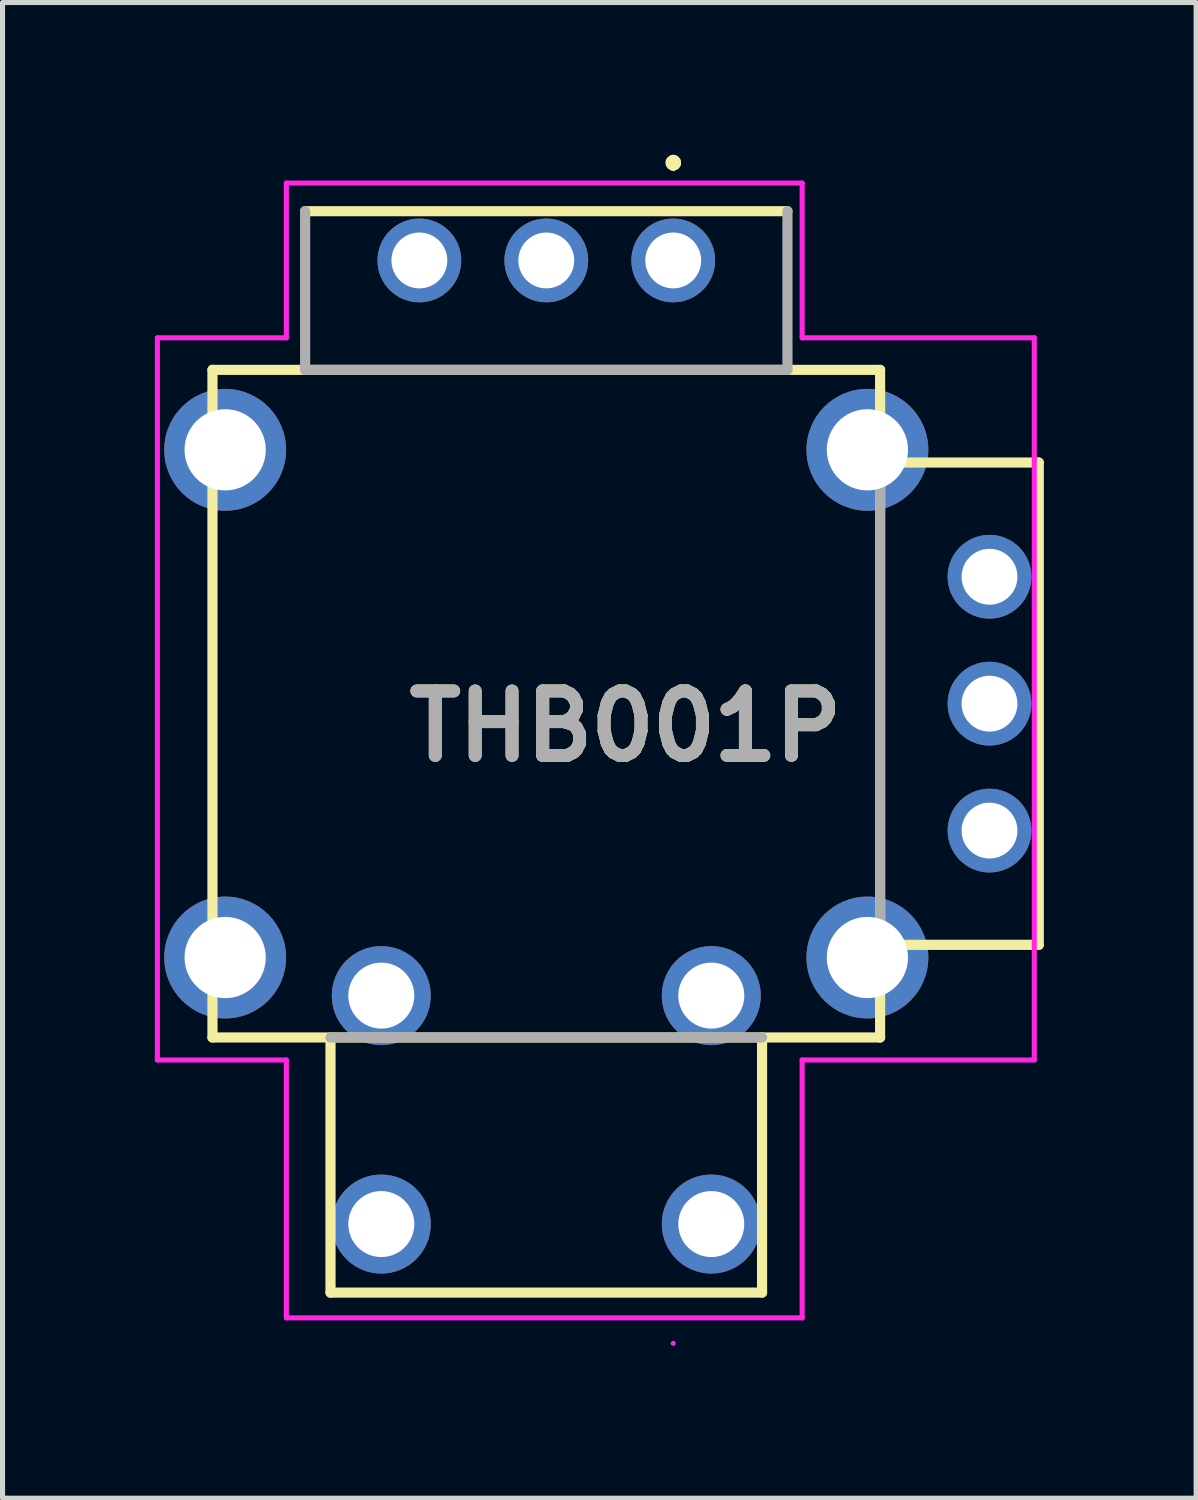
<source format=kicad_pcb>
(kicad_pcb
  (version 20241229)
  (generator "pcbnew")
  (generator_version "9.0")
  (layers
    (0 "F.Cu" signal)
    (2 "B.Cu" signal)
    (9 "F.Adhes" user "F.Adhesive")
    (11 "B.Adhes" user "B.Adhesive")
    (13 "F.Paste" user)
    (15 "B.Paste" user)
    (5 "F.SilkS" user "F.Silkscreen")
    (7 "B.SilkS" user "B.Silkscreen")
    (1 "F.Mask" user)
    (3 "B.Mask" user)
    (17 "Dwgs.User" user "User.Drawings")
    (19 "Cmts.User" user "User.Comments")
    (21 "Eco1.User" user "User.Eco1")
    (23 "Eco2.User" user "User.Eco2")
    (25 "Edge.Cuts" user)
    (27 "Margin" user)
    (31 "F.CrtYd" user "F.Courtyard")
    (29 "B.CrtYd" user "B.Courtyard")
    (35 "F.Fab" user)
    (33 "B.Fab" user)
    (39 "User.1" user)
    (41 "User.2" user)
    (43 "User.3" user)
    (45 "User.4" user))
  (footprint "THB001P"
    (layer "F.Cu")
    (at 10.21 2.08)
    (property "Reference" "THB001P" (at -0.937 9.175 0) (layer "F.SilkS") (effects (font (size 1.27 1.27) (thickness 0.254))))
    (attr through_hole)
    (fp_line (start -9.075 2.155) (end -9.075 15.305) (stroke (width 0.2) (type solid)) (layer "F.SilkS"))
    (fp_line (start -9.075 5.73) (end -9.075 5.73) (stroke (width 0.1) (type solid)) (layer "F.SilkS"))
    (fp_line (start -9.075 5.73) (end -9.075 11.73) (stroke (width 0.1) (type solid)) (layer "F.SilkS"))
    (fp_line (start -9.075 11.73) (end -9.075 5.73) (stroke (width 0.1) (type solid)) (layer "F.SilkS"))
    (fp_line (start -9.075 11.73) (end -9.075 11.73) (stroke (width 0.1) (type solid)) (layer "F.SilkS"))
    (fp_line (start -9.075 15.305) (end 4.075 15.305) (stroke (width 0.2) (type solid)) (layer "F.SilkS"))
    (fp_line (start -7.25 -0.97) (end -7.25 -0.97) (stroke (width 0.1) (type solid)) (layer "F.SilkS"))
    (fp_line (start -7.25 -0.97) (end -7.25 2.155) (stroke (width 0.1) (type solid)) (layer "F.SilkS"))
    (fp_line (start -7.25 2.155) (end -7.25 -0.97) (stroke (width 0.1) (type solid)) (layer "F.SilkS"))
    (fp_line (start -7.25 2.155) (end -7.25 2.155) (stroke (width 0.1) (type solid)) (layer "F.SilkS"))
    (fp_line (start -7.25 2.155) (end -7.25 2.155) (stroke (width 0.1) (type solid)) (layer "F.SilkS"))
    (fp_line (start -7.25 2.155) (end 2.25 2.155) (stroke (width 0.1) (type solid)) (layer "F.SilkS"))
    (fp_line (start -6.75 2.155) (end -6.75 2.155) (stroke (width 0.1) (type solid)) (layer "F.SilkS"))
    (fp_line (start -6.75 2.155) (end 1.75 2.155) (stroke (width 0.1) (type solid)) (layer "F.SilkS"))
    (fp_line (start -6.75 20.33) (end -6.75 15.305) (stroke (width 0.2) (type solid)) (layer "F.SilkS"))
    (fp_line (start -4 15.305) (end -4 15.305) (stroke (width 0.1) (type solid)) (layer "F.SilkS"))
    (fp_line (start -4 15.305) (end -1 15.305) (stroke (width 0.1) (type solid)) (layer "F.SilkS"))
    (fp_line (start -1 15.305) (end -4 15.305) (stroke (width 0.1) (type solid)) (layer "F.SilkS"))
    (fp_line (start -1 15.305) (end -1 15.305) (stroke (width 0.1) (type solid)) (layer "F.SilkS"))
    (fp_line (start 0 -1.87) (end 0 -1.87) (stroke (width 0.2) (type solid)) (layer "F.SilkS"))
    (fp_line (start 0 -1.87) (end 0 -1.87) (stroke (width 0.2) (type solid)) (layer "F.SilkS"))
    (fp_line (start 1.75 2.155) (end -6.75 2.155) (stroke (width 0.1) (type solid)) (layer "F.SilkS"))
    (fp_line (start 1.75 2.155) (end 1.75 2.155) (stroke (width 0.1) (type solid)) (layer "F.SilkS"))
    (fp_line (start 1.75 15.305) (end 1.75 20.33) (stroke (width 0.2) (type solid)) (layer "F.SilkS"))
    (fp_line (start 1.75 20.33) (end -6.75 20.33) (stroke (width 0.2) (type solid)) (layer "F.SilkS"))
    (fp_line (start 2.25 -0.97) (end -7.25 -0.97) (stroke (width 0.2) (type solid)) (layer "F.SilkS"))
    (fp_line (start 2.25 -0.97) (end 2.25 -0.97) (stroke (width 0.1) (type solid)) (layer "F.SilkS"))
    (fp_line (start 2.25 -0.97) (end 2.25 2.155) (stroke (width 0.1) (type solid)) (layer "F.SilkS"))
    (fp_line (start 2.25 2.155) (end -7.25 2.155) (stroke (width 0.1) (type solid)) (layer "F.SilkS"))
    (fp_line (start 2.25 2.155) (end 2.25 -0.97) (stroke (width 0.1) (type solid)) (layer "F.SilkS"))
    (fp_line (start 2.25 2.155) (end 2.25 2.155) (stroke (width 0.1) (type solid)) (layer "F.SilkS"))
    (fp_line (start 2.25 2.155) (end 2.25 2.155) (stroke (width 0.1) (type solid)) (layer "F.SilkS"))
    (fp_line (start 4.075 2.155) (end -9.075 2.155) (stroke (width 0.2) (type solid)) (layer "F.SilkS"))
    (fp_line (start 4.075 3.98) (end 7.2 3.98) (stroke (width 0.2) (type solid)) (layer "F.SilkS"))
    (fp_line (start 4.075 5.73) (end 4.075 5.73) (stroke (width 0.1) (type solid)) (layer "F.SilkS"))
    (fp_line (start 4.075 5.73) (end 4.075 5.73) (stroke (width 0.1) (type solid)) (layer "F.SilkS"))
    (fp_line (start 4.075 5.73) (end 4.075 11.73) (stroke (width 0.1) (type solid)) (layer "F.SilkS"))
    (fp_line (start 4.075 5.73) (end 4.075 11.73) (stroke (width 0.1) (type solid)) (layer "F.SilkS"))
    (fp_line (start 4.075 11.73) (end 4.075 5.73) (stroke (width 0.1) (type solid)) (layer "F.SilkS"))
    (fp_line (start 4.075 11.73) (end 4.075 5.73) (stroke (width 0.1) (type solid)) (layer "F.SilkS"))
    (fp_line (start 4.075 11.73) (end 4.075 11.73) (stroke (width 0.1) (type solid)) (layer "F.SilkS"))
    (fp_line (start 4.075 11.73) (end 4.075 11.73) (stroke (width 0.1) (type solid)) (layer "F.SilkS"))
    (fp_line (start 4.075 15.305) (end 4.075 2.155) (stroke (width 0.2) (type solid)) (layer "F.SilkS"))
    (fp_line (start 5.825 3.98) (end 5.825 3.98) (stroke (width 0.1) (type solid)) (layer "F.SilkS"))
    (fp_line (start 5.825 3.98) (end 7.2 3.98) (stroke (width 0.1) (type solid)) (layer "F.SilkS"))
    (fp_line (start 5.825 13.48) (end 5.825 13.48) (stroke (width 0.1) (type solid)) (layer "F.SilkS"))
    (fp_line (start 5.825 13.48) (end 7.2 13.48) (stroke (width 0.1) (type solid)) (layer "F.SilkS"))
    (fp_line (start 7.2 3.98) (end 5.825 3.98) (stroke (width 0.1) (type solid)) (layer "F.SilkS"))
    (fp_line (start 7.2 3.98) (end 7.2 3.98) (stroke (width 0.1) (type solid)) (layer "F.SilkS"))
    (fp_line (start 7.2 3.98) (end 7.2 13.48) (stroke (width 0.2) (type solid)) (layer "F.SilkS"))
    (fp_line (start 7.2 13.48) (end 4.075 13.48) (stroke (width 0.2) (type solid)) (layer "F.SilkS"))
    (fp_line (start 7.2 13.48) (end 5.825 13.48) (stroke (width 0.1) (type solid)) (layer "F.SilkS"))
    (fp_line (start 7.2 13.48) (end 7.2 13.48) (stroke (width 0.1) (type solid)) (layer "F.SilkS"))
    (fp_arc (start 0 -1.98) (mid 0.055 -1.925) (end 0 -1.87) (stroke (width 0.2) (type solid)) (layer "F.SilkS"))
    (fp_arc (start 0 -1.98) (mid 0.055 -1.925) (end 0 -1.87) (stroke (width 0.2) (type solid)) (layer "F.SilkS"))
    (fp_arc (start 0 -1.87) (mid -0.055 -1.925) (end 0 -1.98) (stroke (width 0.2) (type solid)) (layer "F.SilkS"))
    (fp_line (start -10.16 1.524) (end -10.16 15.748) (stroke (width 0.1) (type solid)) (layer "F.CrtYd"))
    (fp_line (start -10.16 1.524) (end -7.62 1.524) (stroke (width 0.1) (type solid)) (layer "F.CrtYd"))
    (fp_line (start -10.16 15.748) (end -7.62 15.748) (stroke (width 0.1) (type solid)) (layer "F.CrtYd"))
    (fp_line (start -7.62 -1.524) (end 2.54 -1.524) (stroke (width 0.1) (type solid)) (layer "F.CrtYd"))
    (fp_line (start -7.62 1.524) (end -7.62 -1.524) (stroke (width 0.1) (type solid)) (layer "F.CrtYd"))
    (fp_line (start -7.62 20.828) (end -7.62 15.748) (stroke (width 0.1) (type solid)) (layer "F.CrtYd"))
    (fp_line (start -7.62 20.828) (end 2.54 20.828) (stroke (width 0.1) (type solid)) (layer "F.CrtYd"))
    (fp_line (start 0 21.33) (end 0 21.33) (stroke (width 0.1) (type solid)) (layer "F.CrtYd"))
    (fp_line (start 2.54 1.524) (end 2.54 -1.524) (stroke (width 0.1) (type solid)) (layer "F.CrtYd"))
    (fp_line (start 2.54 1.524) (end 7.112 1.524) (stroke (width 0.1) (type solid)) (layer "F.CrtYd"))
    (fp_line (start 2.54 15.748) (end 7.112 15.748) (stroke (width 0.1) (type solid)) (layer "F.CrtYd"))
    (fp_line (start 2.54 20.828) (end 2.54 15.748) (stroke (width 0.1) (type solid)) (layer "F.CrtYd"))
    (fp_line (start 7.112 1.524) (end 7.112 15.748) (stroke (width 0.1) (type solid)) (layer "F.CrtYd"))
    (fp_line (start -7.25 -0.97) (end -7.25 2.155) (stroke (width 0.2) (type solid)) (layer "F.Fab"))
    (fp_line (start -7.25 2.155) (end 2.25 2.155) (stroke (width 0.2) (type solid)) (layer "F.Fab"))
    (fp_line (start -6.75 15.305) (end 1.75 15.305) (stroke (width 0.2) (type solid)) (layer "F.Fab"))
    (fp_line (start 2.25 2.155) (end 2.25 -0.97) (stroke (width 0.2) (type solid)) (layer "F.Fab"))
    (fp_line (start 4.075 13.48) (end 4.075 3.98) (stroke (width 0.2) (type solid)) (layer "F.Fab"))
    (fp_text user "${REFERENCE}" (at -0.937 9.175 0) (layer "F.Fab") (effects (font (size 1.27 1.27) (thickness 0.254))))
    (pad "1" thru_hole circle (at 0 0) (size 1.65 1.65) (drill 1.1) (layers "*.Cu" "*.Mask"))
    (pad "2" thru_hole circle (at -2.5 0) (size 1.65 1.65) (drill 1.1) (layers "*.Cu" "*.Mask"))
    (pad "3" thru_hole circle (at -5 0) (size 1.65 1.65) (drill 1.1) (layers "*.Cu" "*.Mask"))
    (pad "11" thru_hole circle (at 6.23 11.23) (size 1.65 1.65) (drill 1.1) (layers "*.Cu" "*.Mask"))
    (pad "12" thru_hole circle (at 6.23 8.73) (size 1.65 1.65) (drill 1.1) (layers "*.Cu" "*.Mask"))
    (pad "13" thru_hole circle (at 6.23 6.23) (size 1.65 1.65) (drill 1.1) (layers "*.Cu" "*.Mask"))
    (pad "A1" thru_hole circle (at -5.75 14.48) (size 1.95 1.95) (drill 1.3) (layers "*.Cu" "*.Mask"))
    (pad "B1" thru_hole circle (at 0.75 14.48) (size 1.95 1.95) (drill 1.3) (layers "*.Cu" "*.Mask"))
    (pad "C1" thru_hole circle (at -5.75 18.98) (size 1.95 1.95) (drill 1.3) (layers "*.Cu" "*.Mask"))
    (pad "D1" thru_hole circle (at 0.75 18.98) (size 1.95 1.95) (drill 1.3) (layers "*.Cu" "*.Mask"))
    (pad "MH1" thru_hole circle (at 3.825 3.73) (size 2.4 2.4) (drill 1.6) (layers "*.Cu" "*.Mask"))
    (pad "MH2" thru_hole circle (at -8.825 3.73) (size 2.4 2.4) (drill 1.6) (layers "*.Cu" "*.Mask"))
    (pad "MH3" thru_hole circle (at -8.825 13.73) (size 2.4 2.4) (drill 1.6) (layers "*.Cu" "*.Mask"))
    (pad "MH4" thru_hole circle (at 3.825 13.73) (size 2.4 2.4) (drill 1.6) (layers "*.Cu" "*.Mask")))
  (gr_rect
    (start -3 -3)
    (end 20.51 26.46)
    (stroke (width 0.1) (type default))
    (fill no)
    (layer "Edge.Cuts")))
</source>
